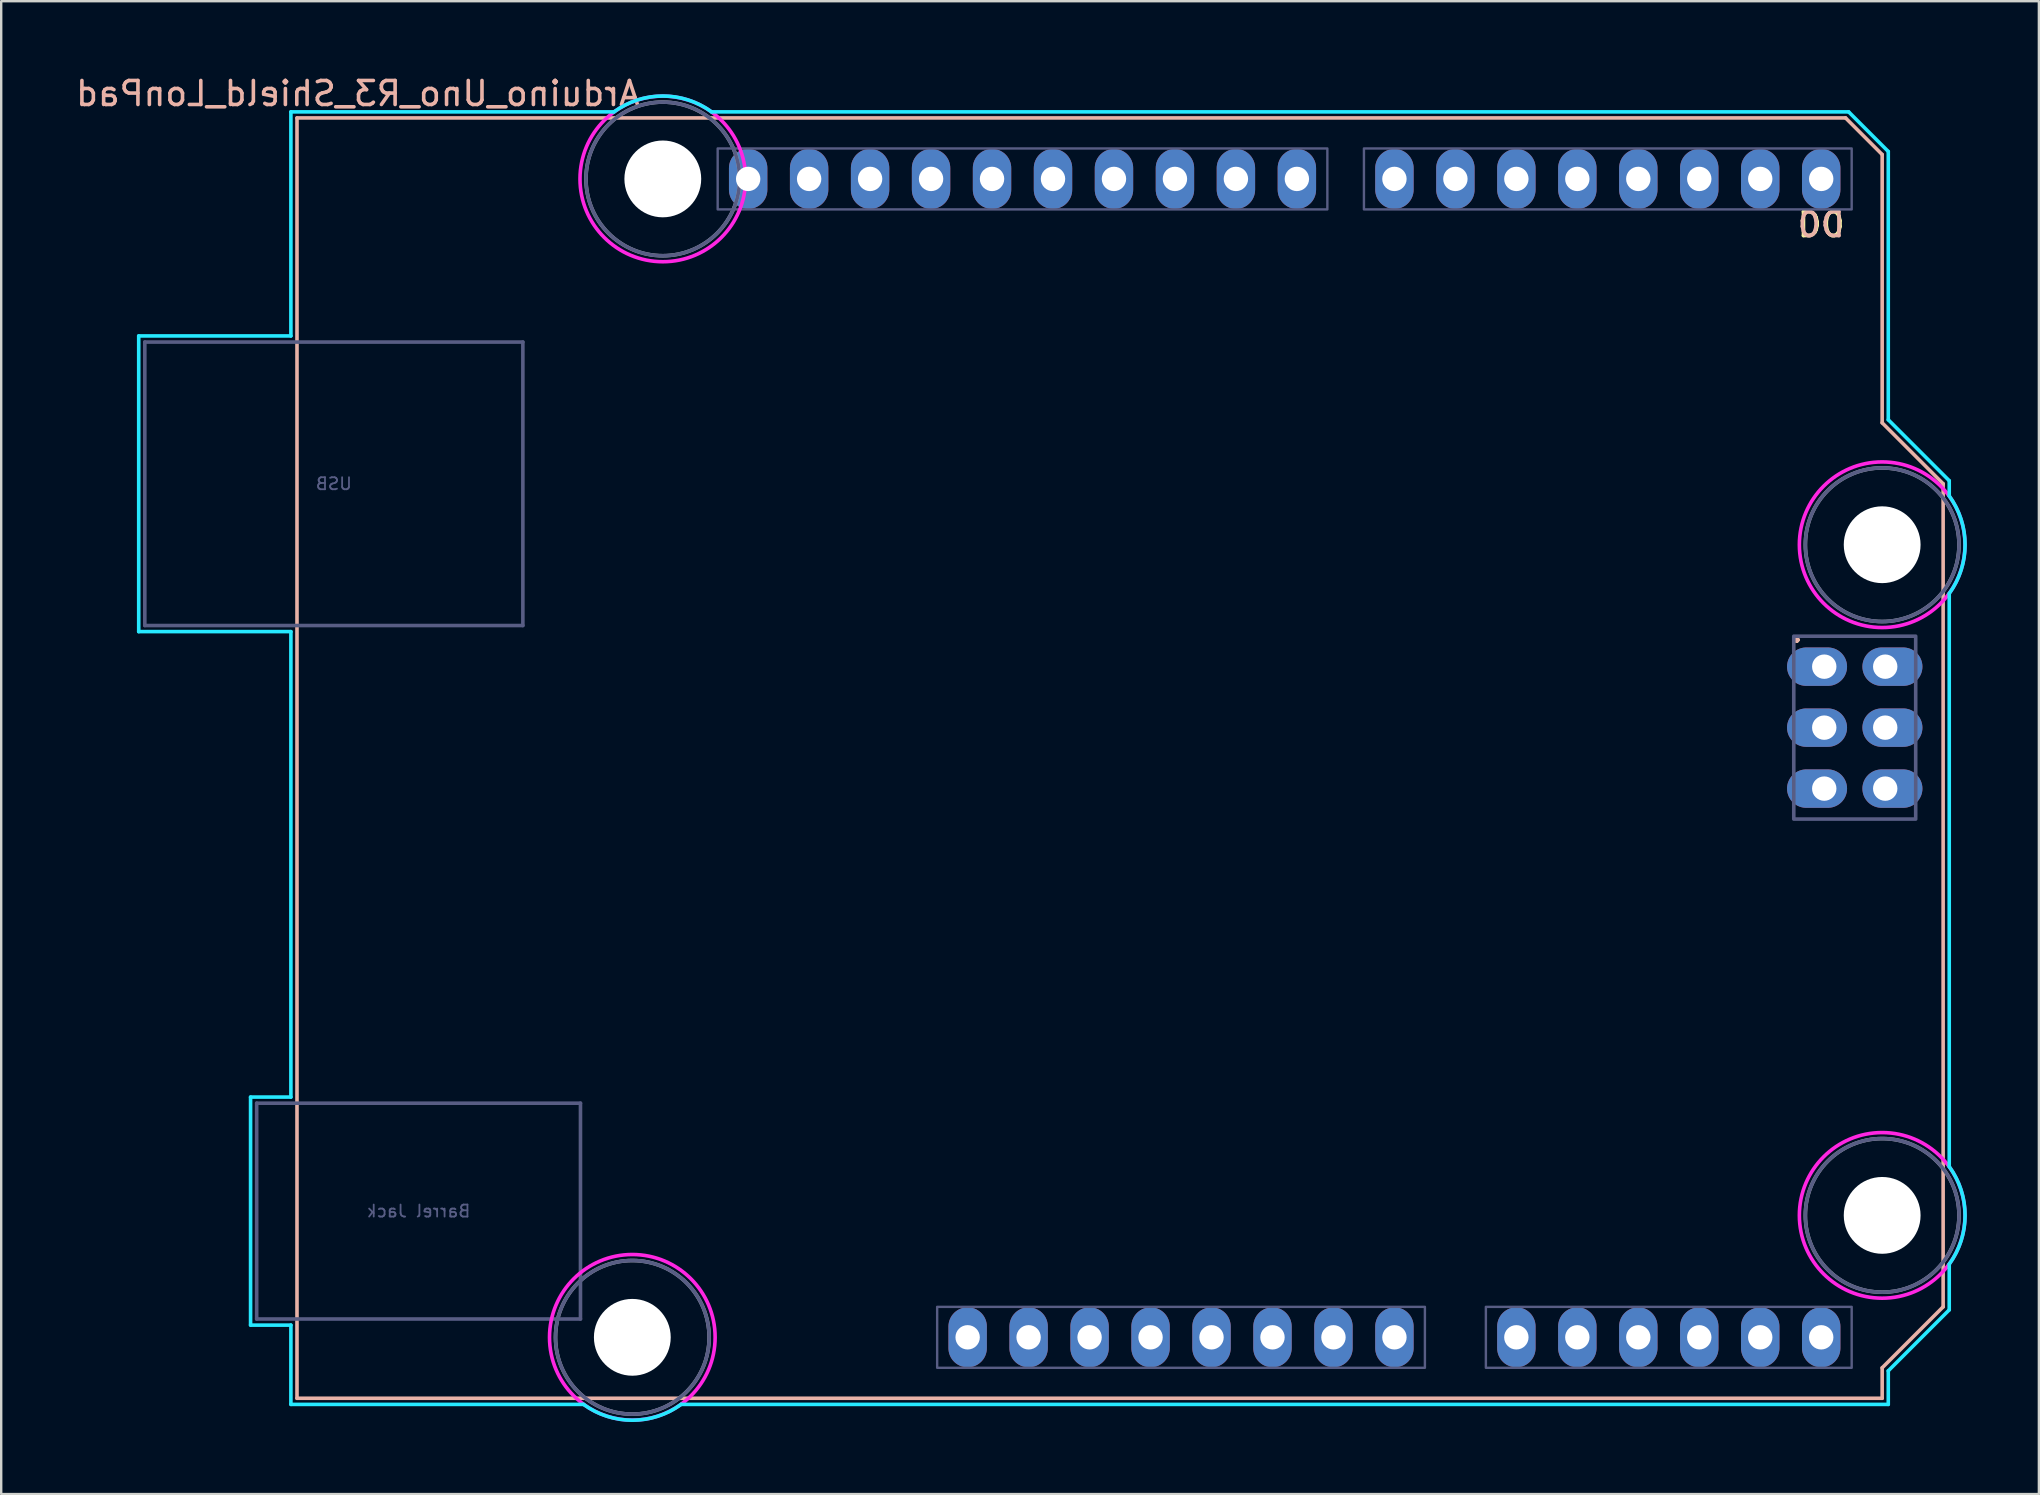
<source format=kicad_pcb>
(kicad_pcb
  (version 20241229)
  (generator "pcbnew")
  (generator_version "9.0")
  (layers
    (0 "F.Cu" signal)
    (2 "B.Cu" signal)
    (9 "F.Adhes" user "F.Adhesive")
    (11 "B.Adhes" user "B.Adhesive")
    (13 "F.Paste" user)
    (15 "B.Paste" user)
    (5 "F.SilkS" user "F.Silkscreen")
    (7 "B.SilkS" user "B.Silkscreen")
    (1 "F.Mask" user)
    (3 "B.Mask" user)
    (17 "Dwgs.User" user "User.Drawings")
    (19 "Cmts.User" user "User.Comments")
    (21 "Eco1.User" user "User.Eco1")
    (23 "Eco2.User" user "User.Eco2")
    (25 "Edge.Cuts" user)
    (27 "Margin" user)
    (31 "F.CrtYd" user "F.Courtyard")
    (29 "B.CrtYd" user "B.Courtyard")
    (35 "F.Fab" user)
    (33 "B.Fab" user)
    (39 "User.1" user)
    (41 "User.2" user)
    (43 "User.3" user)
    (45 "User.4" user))
  (footprint "Arduino_Uno_R3_Shield_LonPad"
    (layer "F.Cu")
    (at 9.323 55.204)
    (property "Reference" "Arduino_Uno_R3_Shield_LonPad" (at 2.54 -54.356 0) (layer "B.SilkS") (effects (font (size 1 1) (thickness 0.15)) (justify mirror)))
    (attr through_hole)
    (fp_line (start 0 -53.34) (end 0 0) (stroke (width 0.15) (type solid)) (layer "B.SilkS"))
    (fp_line (start 0 -53.34) (end 64.516 -53.34) (stroke (width 0.15) (type solid)) (layer "B.SilkS"))
    (fp_line (start 0 0) (end 66.04 0) (stroke (width 0.15) (type solid)) (layer "B.SilkS"))
    (fp_line (start 64.516 -53.34) (end 66.04 -51.816) (stroke (width 0.15) (type solid)) (layer "B.SilkS"))
    (fp_line (start 66.04 -40.64) (end 66.04 -51.816) (stroke (width 0.15) (type solid)) (layer "B.SilkS"))
    (fp_line (start 66.04 -1.27) (end 68.58 -3.81) (stroke (width 0.15) (type solid)) (layer "B.SilkS"))
    (fp_line (start 66.04 0) (end 66.04 -1.27) (stroke (width 0.15) (type solid)) (layer "B.SilkS"))
    (fp_line (start 68.58 -38.1) (end 66.04 -40.64) (stroke (width 0.15) (type solid)) (layer "B.SilkS"))
    (fp_line (start 68.58 -3.81) (end 68.58 -38.1) (stroke (width 0.15) (type solid)) (layer "B.SilkS"))
    (fp_line (start -6.594 -44.258) (end -0.254 -44.258) (stroke (width 0.15) (type solid)) (layer "B.CrtYd"))
    (fp_line (start -6.594 -31.94) (end -6.594 -44.258) (stroke (width 0.15) (type solid)) (layer "B.CrtYd"))
    (fp_line (start -1.934 -12.548) (end -1.934 -3.049) (stroke (width 0.15) (type solid)) (layer "B.CrtYd"))
    (fp_line (start -1.934 -12.548) (end -0.254 -12.548) (stroke (width 0.15) (type solid)) (layer "B.CrtYd"))
    (fp_line (start -1.934 -3.049) (end -0.254 -3.049) (stroke (width 0.15) (type solid)) (layer "B.CrtYd"))
    (fp_line (start -0.254 -53.594) (end -0.254 -44.258) (stroke (width 0.15) (type solid)) (layer "B.CrtYd"))
    (fp_line (start -0.254 -31.94) (end -6.594 -31.94) (stroke (width 0.15) (type solid)) (layer "B.CrtYd"))
    (fp_line (start -0.254 -31.94) (end -0.254 -12.548) (stroke (width 0.15) (type solid)) (layer "B.CrtYd"))
    (fp_line (start -0.254 -3.049) (end -0.254 0.254) (stroke (width 0.15) (type solid)) (layer "B.CrtYd"))
    (fp_line (start 11.938 0.254) (end -0.254 0.254) (stroke (width 0.15) (type solid)) (layer "B.CrtYd"))
    (fp_line (start 13.208 -53.594) (end -0.254 -53.594) (stroke (width 0.15) (type solid)) (layer "B.CrtYd"))
    (fp_line (start 16.002 0.254) (end 66.294 0.254) (stroke (width 0.15) (type solid)) (layer "B.CrtYd"))
    (fp_line (start 17.272 -53.594) (end 64.643 -53.594) (stroke (width 0.15) (type solid)) (layer "B.CrtYd"))
    (fp_line (start 64.643 -53.594) (end 66.294 -51.943) (stroke (width 0.15) (type solid)) (layer "B.CrtYd"))
    (fp_line (start 66.294 -40.767) (end 66.294 -51.943) (stroke (width 0.15) (type solid)) (layer "B.CrtYd"))
    (fp_line (start 66.294 -1.143) (end 68.834 -3.683) (stroke (width 0.15) (type solid)) (layer "B.CrtYd"))
    (fp_line (start 66.294 0.254) (end 66.294 -1.143) (stroke (width 0.15) (type solid)) (layer "B.CrtYd"))
    (fp_line (start 68.834 -38.227) (end 66.294 -40.767) (stroke (width 0.15) (type solid)) (layer "B.CrtYd"))
    (fp_line (start 68.834 -38.227) (end 68.834 -37.592) (stroke (width 0.15) (type solid)) (layer "B.CrtYd"))
    (fp_line (start 68.834 -9.652) (end 68.834 -33.528) (stroke (width 0.15) (type solid)) (layer "B.CrtYd"))
    (fp_line (start 68.834 -5.588) (end 68.834 -3.683) (stroke (width 0.15) (type solid)) (layer "B.CrtYd"))
    (fp_arc (start 13.208 -53.594) (mid 15.24 -54.254237) (end 17.272 -53.594) (stroke (width 0.15) (type solid)) (layer "B.CrtYd"))
    (fp_arc (start 16.002 0.254) (mid 13.97 0.914237) (end 11.938 0.254) (stroke (width 0.15) (type solid)) (layer "B.CrtYd"))
    (fp_arc (start 68.834 -37.592) (mid 69.494238 -35.56) (end 68.834 -33.528) (stroke (width 0.15) (type solid)) (layer "B.CrtYd"))
    (fp_arc (start 68.834 -9.652) (mid 69.494238 -7.62) (end 68.834 -5.588) (stroke (width 0.15) (type solid)) (layer "B.CrtYd"))
    (fp_circle (center 13.97 -2.54) (end 17.42 -2.54) (stroke (width 0.15) (type solid)) (fill no) (layer "F.CrtYd"))
    (fp_circle (center 15.24 -50.8) (end 18.69 -50.8) (stroke (width 0.15) (type solid)) (fill no) (layer "F.CrtYd"))
    (fp_circle (center 66.04 -35.56) (end 69.49 -35.56) (stroke (width 0.15) (type solid)) (fill no) (layer "F.CrtYd"))
    (fp_circle (center 66.04 -7.62) (end 69.49 -7.62) (stroke (width 0.15) (type solid)) (fill no) (layer "F.CrtYd"))
    (fp_line (start -6.34 -44.004) (end 9.41 -44.004) (stroke (width 0.15) (type solid)) (layer "B.Fab"))
    (fp_line (start -6.34 -32.194) (end -6.34 -44.004) (stroke (width 0.15) (type solid)) (layer "B.Fab"))
    (fp_line (start -6.34 -32.194) (end 9.41 -32.194) (stroke (width 0.15) (type solid)) (layer "B.Fab"))
    (fp_line (start -1.68 -12.294) (end -1.68 -3.303) (stroke (width 0.15) (type solid)) (layer "B.Fab"))
    (fp_line (start -1.68 -12.294) (end 11.81 -12.294) (stroke (width 0.15) (type solid)) (layer "B.Fab"))
    (fp_line (start -1.68 -3.303) (end 11.81 -3.303) (stroke (width 0.15) (type solid)) (layer "B.Fab"))
    (fp_line (start 9.41 -32.194) (end 9.41 -44.004) (stroke (width 0.15) (type solid)) (layer "B.Fab"))
    (fp_line (start 11.81 -12.294) (end 11.81 -3.303) (stroke (width 0.15) (type solid)) (layer "B.Fab"))
    (fp_rect (start 17.526 -52.07) (end 42.926 -49.53) (stroke (width 0.1) (type solid)) (fill no) (layer "B.Fab"))
    (fp_rect (start 26.67 -3.81) (end 46.99 -1.27) (stroke (width 0.1) (type solid)) (fill no) (layer "B.Fab"))
    (fp_rect (start 44.45 -52.07) (end 64.77 -49.53) (stroke (width 0.1) (type solid)) (fill no) (layer "B.Fab"))
    (fp_rect (start 49.53 -3.81) (end 64.77 -1.27) (stroke (width 0.1) (type solid)) (fill no) (layer "B.Fab"))
    (fp_rect (start 62.357 -31.75) (end 67.437 -24.13) (stroke (width 0.15) (type solid)) (fill no) (layer "B.Fab"))
    (fp_circle (center 13.97 -2.54) (end 17.17 -2.54) (stroke (width 0.15) (type solid)) (fill no) (layer "B.Fab"))
    (fp_circle (center 15.24 -50.8) (end 18.44 -50.8) (stroke (width 0.15) (type solid)) (fill no) (layer "B.Fab"))
    (fp_circle (center 66.04 -35.56) (end 69.24 -35.56) (stroke (width 0.15) (type solid)) (fill no) (layer "B.Fab"))
    (fp_circle (center 66.04 -7.62) (end 69.24 -7.62) (stroke (width 0.15) (type solid)) (fill no) (layer "B.Fab"))
    (fp_circle (center 13.97 -2.54) (end 17.17 -2.54) (stroke (width 0.15) (type solid)) (fill no) (layer "F.Fab"))
    (fp_circle (center 15.24 -50.8) (end 18.44 -50.8) (stroke (width 0.15) (type solid)) (fill no) (layer "F.Fab"))
    (fp_circle (center 66.04 -35.56) (end 69.24 -35.56) (stroke (width 0.15) (type solid)) (fill no) (layer "F.Fab"))
    (fp_circle (center 66.04 -7.62) (end 69.24 -7.62) (stroke (width 0.15) (type solid)) (fill no) (layer "F.Fab"))
    (fp_text user "D0" (at 63.5 -48.895 0) (unlocked yes) (layer "F.SilkS") (effects (font (size 1 1) (thickness 0.15))))
    (fp_text user "." (at 62.484 -32.004 0) (layer "F.SilkS") (effects (font (size 1 1) (thickness 0.15))))
    (fp_text user "." (at 62.484 -32.004 0) (layer "B.SilkS") (effects (font (size 1 1) (thickness 0.15))))
    (fp_text user "D0" (at 63.5 -48.895 0) (unlocked yes) (layer "B.SilkS") (effects (font (size 1 1) (thickness 0.15)) (justify mirror)))
    (fp_text user "Barrel Jack" (at 5.065 -7.798 0) (layer "B.Fab") (effects (font (size 0.5 0.5) (thickness 0.075)) (justify mirror)))
    (fp_text user "USB" (at 1.535 -38.099 0) (layer "B.Fab") (effects (font (size 0.5 0.5) (thickness 0.075)) (justify mirror)))
    (pad "" np_thru_hole circle (at 13.97 -2.54) (size 3.2 3.2) (drill 3.2) (layers "*.Cu" "*.Mask"))
    (pad "" np_thru_hole circle (at 15.24 -50.8) (size 3.2 3.2) (drill 3.2) (layers "*.Cu" "*.Mask"))
    (pad "" thru_hole oval (at 27.94 -2.54) (size 1.6 2.5) (drill 1.016) (layers "*.Cu" "*.Mask"))
    (pad "" np_thru_hole circle (at 66.04 -35.56) (size 3.2 3.2) (drill 3.2) (layers "*.Cu" "*.Mask"))
    (pad "" np_thru_hole circle (at 66.04 -7.62) (size 3.2 3.2) (drill 3.2) (layers "*.Cu" "*.Mask"))
    (pad "3V3" thru_hole oval (at 35.56 -2.54) (size 1.6 2.5) (drill 1.016) (layers "*.Cu" "*.Mask"))
    (pad "5V1" thru_hole oval (at 38.1 -2.54) (size 1.6 2.5) (drill 1.016) (layers "*.Cu" "*.Mask"))
    (pad "5V2" thru_hole oval (at 66.167 -30.48 90) (size 1.6 2.5) (drill 1.016 (offset 0 0.3)) (layers "*.Cu" "*.Mask"))
    (pad "A0" thru_hole oval (at 50.8 -2.54) (size 1.6 2.5) (drill 1.016) (layers "*.Cu" "*.Mask"))
    (pad "A1" thru_hole oval (at 53.34 -2.54) (size 1.6 2.5) (drill 1.016) (layers "*.Cu" "*.Mask"))
    (pad "A2" thru_hole oval (at 55.88 -2.54) (size 1.6 2.5) (drill 1.016) (layers "*.Cu" "*.Mask"))
    (pad "A3" thru_hole oval (at 58.42 -2.54) (size 1.6 2.5) (drill 1.016) (layers "*.Cu" "*.Mask"))
    (pad "A4" thru_hole oval (at 60.96 -2.54) (size 1.6 2.5) (drill 1.016) (layers "*.Cu" "*.Mask"))
    (pad "A5" thru_hole oval (at 63.5 -2.54) (size 1.6 2.5) (drill 1.016) (layers "*.Cu" "*.Mask"))
    (pad "AREF" thru_hole oval (at 23.876 -50.8) (size 1.6 2.5) (drill 1.016) (layers "*.Cu" "*.Mask"))
    (pad "D0" thru_hole oval (at 63.5 -50.8) (size 1.6 2.5) (drill 1.016) (layers "*.Cu" "*.Mask"))
    (pad "D1" thru_hole oval (at 60.96 -50.8) (size 1.6 2.5) (drill 1.016) (layers "*.Cu" "*.Mask"))
    (pad "D2" thru_hole oval (at 58.42 -50.8) (size 1.6 2.5) (drill 1.016) (layers "*.Cu" "*.Mask"))
    (pad "D3" thru_hole oval (at 55.88 -50.8) (size 1.6 2.5) (drill 1.016) (layers "*.Cu" "*.Mask"))
    (pad "D4" thru_hole oval (at 53.34 -50.8) (size 1.6 2.5) (drill 1.016) (layers "*.Cu" "*.Mask"))
    (pad "D5" thru_hole oval (at 50.8 -50.8) (size 1.6 2.5) (drill 1.016) (layers "*.Cu" "*.Mask"))
    (pad "D6" thru_hole oval (at 48.26 -50.8) (size 1.6 2.5) (drill 1.016) (layers "*.Cu" "*.Mask"))
    (pad "D7" thru_hole oval (at 45.72 -50.8) (size 1.6 2.5) (drill 1.016) (layers "*.Cu" "*.Mask"))
    (pad "D8" thru_hole oval (at 41.656 -50.8) (size 1.6 2.5) (drill 1.016) (layers "*.Cu" "*.Mask"))
    (pad "D9" thru_hole oval (at 39.116 -50.8) (size 1.6 2.5) (drill 1.016) (layers "*.Cu" "*.Mask"))
    (pad "D10" thru_hole oval (at 36.576 -50.8) (size 1.6 2.5) (drill 1.016) (layers "*.Cu" "*.Mask"))
    (pad "D11" thru_hole oval (at 34.036 -50.8) (size 1.6 2.5) (drill 1.016) (layers "*.Cu" "*.Mask"))
    (pad "D12" thru_hole oval (at 31.496 -50.8) (size 1.6 2.5) (drill 1.016) (layers "*.Cu" "*.Mask"))
    (pad "D13" thru_hole oval (at 28.956 -50.8) (size 1.6 2.5) (drill 1.016) (layers "*.Cu" "*.Mask"))
    (pad "GND1" thru_hole oval (at 26.416 -50.8) (size 1.6 2.5) (drill 1.016) (layers "*.Cu" "*.Mask"))
    (pad "GND2" thru_hole oval (at 40.64 -2.54) (size 1.6 2.5) (drill 1.016) (layers "*.Cu" "*.Mask"))
    (pad "GND3" thru_hole oval (at 43.18 -2.54) (size 1.6 2.5) (drill 1.016) (layers "*.Cu" "*.Mask"))
    (pad "GND4" thru_hole oval (at 66.167 -25.4 90) (size 1.6 2.5) (drill 1.016 (offset 0 0.3)) (layers "*.Cu" "*.Mask"))
    (pad "IORF" thru_hole oval (at 30.48 -2.54) (size 1.6 2.5) (drill 1.016) (layers "*.Cu" "*.Mask"))
    (pad "MISO" thru_hole oval (at 63.627 -30.48 90) (size 1.6 2.5) (drill 1.016 (offset 0 -0.3)) (layers "*.Cu" "*.Mask"))
    (pad "MOSI" thru_hole oval (at 66.167 -27.94 90) (size 1.6 2.5) (drill 1.016 (offset 0 0.3)) (layers "*.Cu" "*.Mask"))
    (pad "RST1" thru_hole oval (at 33.02 -2.54) (size 1.6 2.5) (drill 1.016) (layers "*.Cu" "*.Mask"))
    (pad "RST2" thru_hole oval (at 63.627 -25.4 90) (size 1.6 2.5) (drill 1.016 (offset 0 -0.3)) (layers "*.Cu" "*.Mask"))
    (pad "SCK" thru_hole oval (at 63.627 -27.94 90) (size 1.6 2.5) (drill 1.016 (offset 0 -0.3)) (layers "*.Cu" "*.Mask"))
    (pad "SCL" thru_hole oval (at 18.796 -50.8) (size 1.6 2.5) (drill 1.016) (layers "*.Cu" "*.Mask"))
    (pad "SDA" thru_hole oval (at 21.336 -50.8) (size 1.6 2.5) (drill 1.016) (layers "*.Cu" "*.Mask"))
    (pad "VIN" thru_hole oval (at 45.72 -2.54) (size 1.6 2.5) (drill 1.016) (layers "*.Cu" "*.Mask")))
  (gr_rect
    (start -3 -3)
    (end 81.892 59.193)
    (stroke (width 0.1) (type default))
    (fill no)
    (layer "Edge.Cuts")))
</source>
